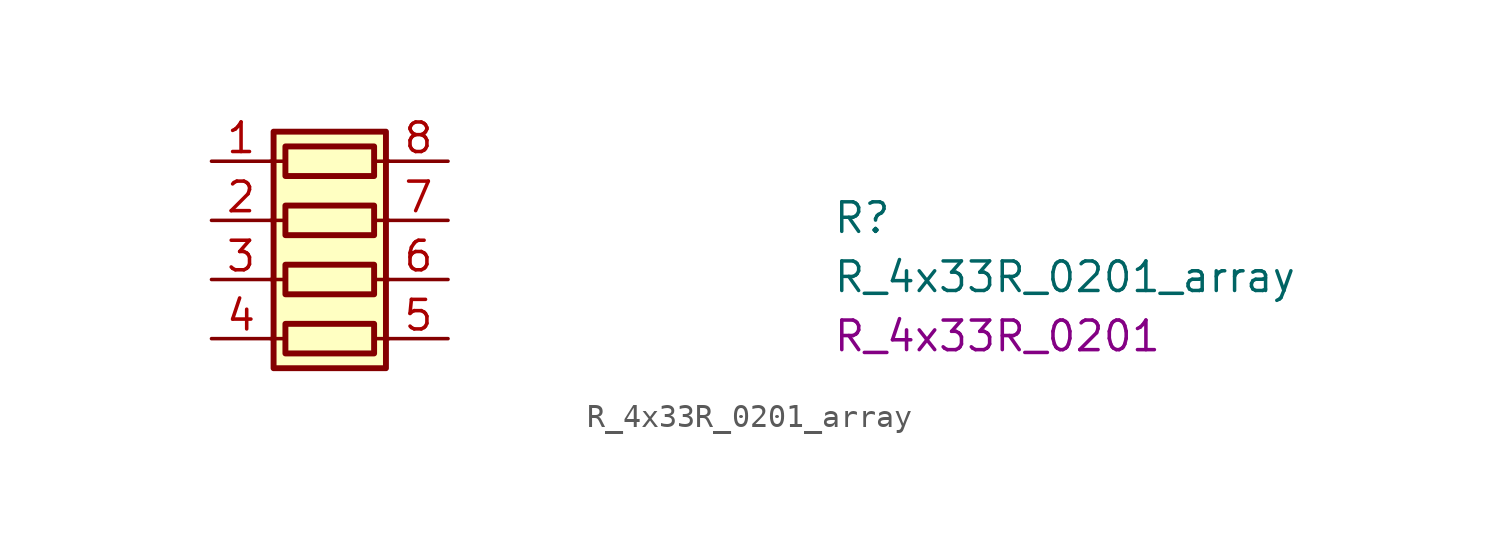
<source format=kicad_sym>
(kicad_symbol_lib
  (version 20211014)
  (generator kicad_symbol_editor)
  (symbol "R_4x33R_0201_array"
    (pin_names hide)
    (property "Reference" "R"
      (at 26.67 -3.175 0)
      (effects (font (size 1.27 1.27) (thickness 0.15)) (justify left bottom)))
    (property "Value" "R_4x33R_0201_array"
      (at 26.67 -5.715 0)
      (effects (font (size 1.27 1.27) (thickness 0.15)) (justify left bottom)))
    (property "Val" "R_4x33R_0201"
      (at 26.67 -8.255 0)
      (effects (font (size 1.27 1.27)) (justify left bottom)))
    (symbol "R_4x33R_0201_array_0_1"
      (polyline (pts (xy 2.54 -7.62) (xy 3.175 -7.62)) (stroke (width 0) (type default) (color 0 0 0 0)) (fill (type none)))
      (polyline (pts (xy 2.54 -5.08) (xy 3.175 -5.08)) (stroke (width 0) (type default) (color 0 0 0 0)) (fill (type none)))
      (polyline (pts (xy 2.54 -2.54) (xy 3.175 -2.54)) (stroke (width 0) (type default) (color 0 0 0 0)) (fill (type none)))
      (polyline (pts (xy 2.54 0) (xy 3.175 0)) (stroke (width 0) (type default) (color 0 0 0 0)) (fill (type none)))
      (polyline (pts (xy 6.985 -7.62) (xy 7.62 -7.62)) (stroke (width 0) (type default) (color 0 0 0 0)) (fill (type none)))
      (polyline (pts (xy 6.985 -5.08) (xy 7.62 -5.08)) (stroke (width 0) (type default) (color 0 0 0 0)) (fill (type none)))
      (polyline (pts (xy 6.985 -2.54) (xy 7.62 -2.54)) (stroke (width 0) (type default) (color 0 0 0 0)) (fill (type none)))
      (polyline (pts (xy 6.985 0) (xy 7.62 0)) (stroke (width 0) (type default) (color 0 0 0 0)) (fill (type none)))
      (rectangle (start 2.667 1.27) (end 7.493 -8.89) (stroke (width 0.254) (type default) (color 0 0 0 0)) (fill (type background)))
      (rectangle (start 6.985 -6.985) (end 3.175 -8.255) (stroke (width 0.254) (type default) (color 0 0 0 0)) (fill (type none)))
      (rectangle (start 6.985 -4.445) (end 3.175 -5.715) (stroke (width 0.254) (type default) (color 0 0 0 0)) (fill (type none)))
      (rectangle (start 6.985 -1.905) (end 3.175 -3.175) (stroke (width 0.254) (type default) (color 0 0 0 0)) (fill (type none)))
      (rectangle (start 6.985 0.635) (end 3.175 -0.635) (stroke (width 0.254) (type default) (color 0 0 0 0)) (fill (type none))))
    (symbol "R_4x33R_0201_array_1_1"
      (pin passive line (at 0 0 0) (length 2.54) (name "R1.1" (effects (font (size 1.27 1.27)))) (number "1" (effects (font (size 1.27 1.27)))))
      (pin passive line (at 0 -2.54 0) (length 2.54) (name "R2.1" (effects (font (size 1.27 1.27)))) (number "2" (effects (font (size 1.27 1.27)))))
      (pin passive line (at 0 -5.08 0) (length 2.54) (name "R3.1" (effects (font (size 1.27 1.27)))) (number "3" (effects (font (size 1.27 1.27)))))
      (pin passive line (at 0 -7.62 0) (length 2.54) (name "R4.1" (effects (font (size 1.27 1.27)))) (number "4" (effects (font (size 1.27 1.27)))))
      (pin passive line (at 10.16 -7.62 180) (length 2.54) (name "R4.2" (effects (font (size 1.27 1.27)))) (number "5" (effects (font (size 1.27 1.27)))))
      (pin passive line (at 10.16 -5.08 180) (length 2.54) (name "R3.2" (effects (font (size 1.27 1.27)))) (number "6" (effects (font (size 1.27 1.27)))))
      (pin passive line (at 10.16 -2.54 180) (length 2.54) (name "R2.2" (effects (font (size 1.27 1.27)))) (number "7" (effects (font (size 1.27 1.27)))))
      (pin passive line (at 10.16 0 180) (length 2.54) (name "R1.2" (effects (font (size 1.27 1.27)))) (number "8" (effects (font (size 1.27 1.27))))))))
</source>
